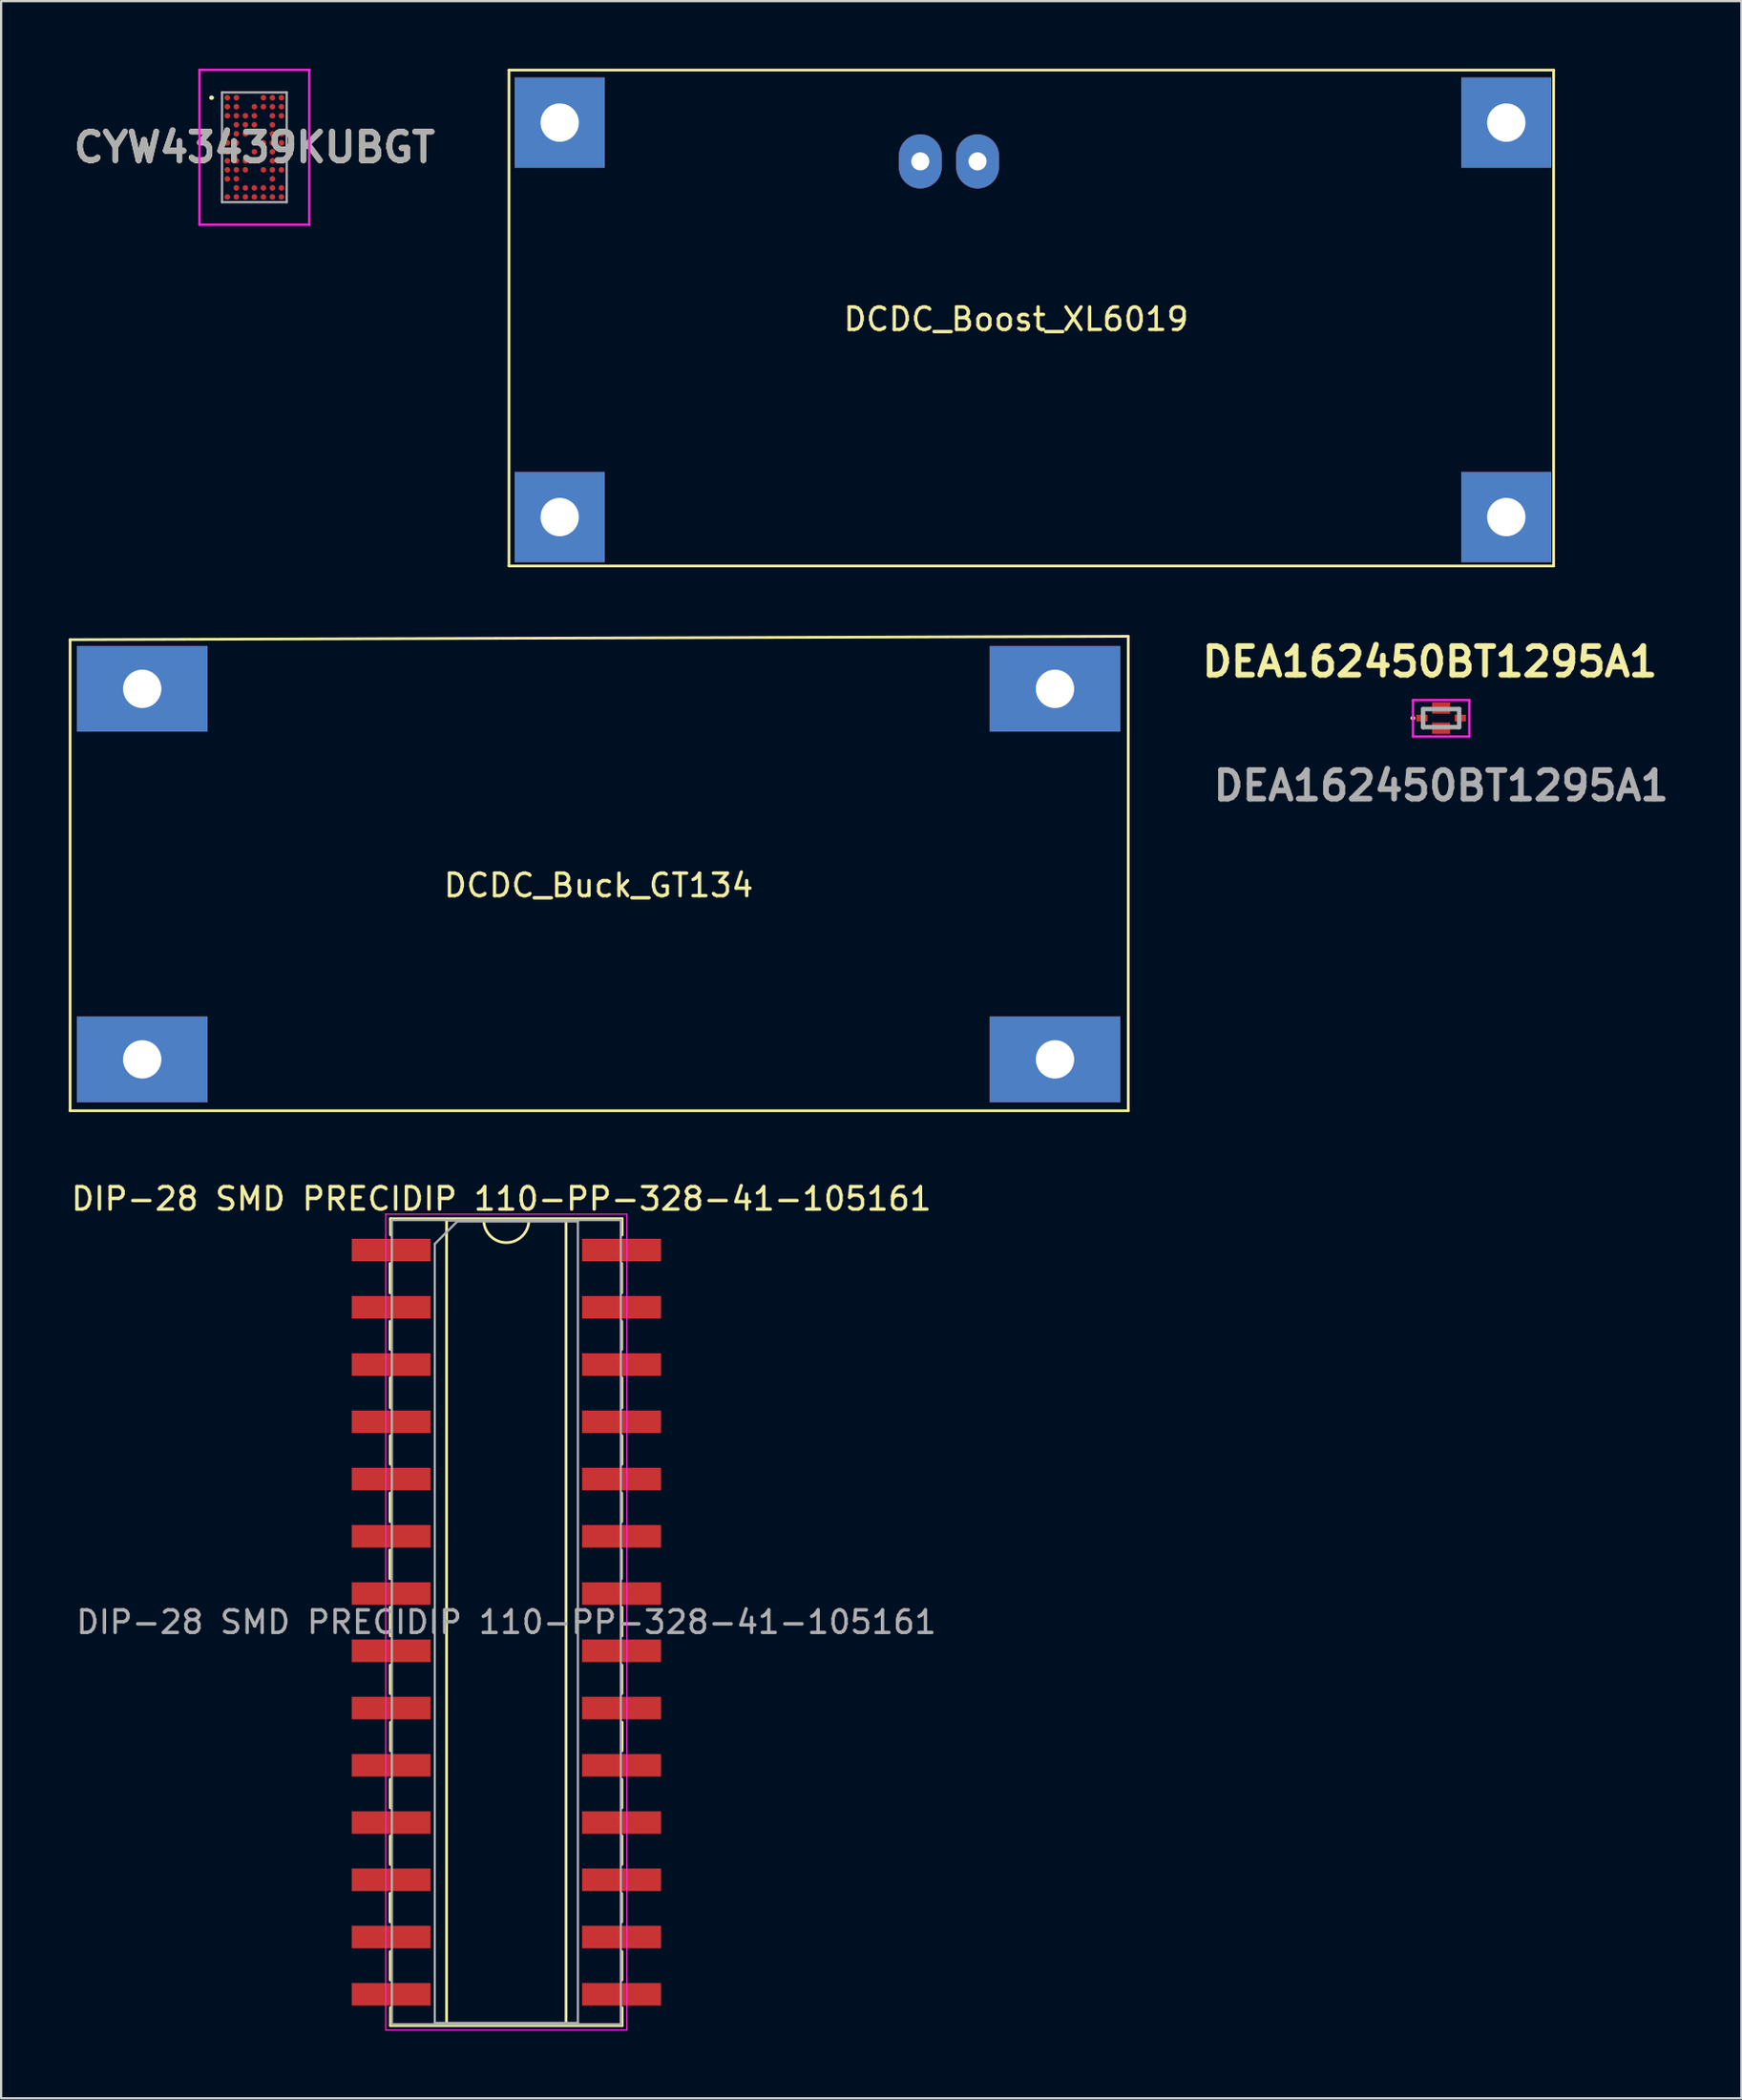
<source format=kicad_pcb>
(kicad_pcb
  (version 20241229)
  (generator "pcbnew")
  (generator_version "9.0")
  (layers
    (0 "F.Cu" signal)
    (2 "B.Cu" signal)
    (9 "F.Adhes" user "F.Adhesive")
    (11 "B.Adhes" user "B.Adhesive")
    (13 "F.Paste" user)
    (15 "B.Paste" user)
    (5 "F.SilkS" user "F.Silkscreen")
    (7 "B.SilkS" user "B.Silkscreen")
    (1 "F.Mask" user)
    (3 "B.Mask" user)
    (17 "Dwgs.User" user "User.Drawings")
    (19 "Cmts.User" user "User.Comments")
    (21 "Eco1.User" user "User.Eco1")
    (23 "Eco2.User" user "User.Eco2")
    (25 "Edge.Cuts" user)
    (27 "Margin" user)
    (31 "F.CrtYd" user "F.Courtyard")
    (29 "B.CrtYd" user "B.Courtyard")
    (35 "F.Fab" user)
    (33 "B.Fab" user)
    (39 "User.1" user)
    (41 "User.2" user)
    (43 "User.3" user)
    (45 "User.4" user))
  (footprint "DCDC_Buck_GT134"
    (layer "F.Cu")
    (at 23.51 35.73)
    (property "Reference" "DCDC_Buck_GT134" (at 0 0.5 0) (layer "F.SilkS") (effects (font (size 1 1) (thickness 0.15))))
    (attr through_hole)
    (fp_line (start -23.45 -10.4) (end -23.45 10.5) (stroke (width 0.12) (type solid)) (layer "F.SilkS"))
    (fp_line (start -23.45 10.5) (end 23.5 10.5) (stroke (width 0.12) (type solid)) (layer "F.SilkS"))
    (fp_line (start 23.5 -10.55) (end -23.45 -10.4) (stroke (width 0.12) (type solid)) (layer "F.SilkS"))
    (fp_line (start 23.5 10.5) (end 23.5 -10.55) (stroke (width 0.12) (type solid)) (layer "F.SilkS"))
    (pad "1" thru_hole rect (at -20.25 8.22) (size 5.8 3.8) (drill 1.7) (layers "*.Cu" "*.Mask"))
    (pad "2" thru_hole rect (at -20.25 -8.22) (size 5.8 3.8) (drill 1.7) (layers "*.Cu" "*.Mask"))
    (pad "2" thru_hole rect (at 20.25 -8.22) (size 5.8 3.8) (drill 1.7) (layers "*.Cu" "*.Mask"))
    (pad "3" thru_hole rect (at 20.25 8.22) (size 5.8 3.8) (drill 1.7) (layers "*.Cu" "*.Mask")))
  (footprint "DCDC_Boost_XL6019"
    (layer "F.Cu")
    (at 42.034 10.61)
    (property "Reference" "DCDC_Boost_XL6019" (at 0 0.5 0) (layer "F.SilkS") (effects (font (size 1 1) (thickness 0.15))))
    (attr through_hole)
    (fp_line (start -22.5 -10.55) (end -22.5 11.45) (stroke (width 0.12) (type solid)) (layer "F.SilkS"))
    (fp_line (start -22.5 11.45) (end 23.85 11.45) (stroke (width 0.12) (type solid)) (layer "F.SilkS"))
    (fp_line (start 23.85 -10.55) (end -22.5 -10.55) (stroke (width 0.12) (type solid)) (layer "F.SilkS"))
    (fp_line (start 23.85 11.45) (end 23.85 -10.55) (stroke (width 0.12) (type solid)) (layer "F.SilkS"))
    (pad "1" thru_hole rect (at -20.25 -8.22) (size 4 4) (drill 1.7) (layers "*.Cu" "*.Mask"))
    (pad "2" thru_hole rect (at -20.25 9.28) (size 4 4) (drill 1.7) (layers "*.Cu" "*.Mask"))
    (pad "2" thru_hole rect (at 21.75 9.28) (size 4 4) (drill 1.7) (layers "*.Cu" "*.Mask"))
    (pad "3" thru_hole rect (at 21.75 -8.22) (size 4 4) (drill 1.7) (layers "*.Cu" "*.Mask"))
    (pad "4" thru_hole oval (at -4.25 -6.5) (size 1.9 2.4) (drill 0.8) (layers "*.Cu" "*.Mask"))
    (pad "5" thru_hole oval (at -1.71 -6.5) (size 1.9 2.4) (drill 0.8) (layers "*.Cu" "*.Mask")))
  (footprint "CYW43439KUBGT"
    (layer "F.Cu")
    (at 8.237 3.485)
    (property "Reference" "CYW43439KUBGT" (at 0 0 0) (layer "F.SilkS") (effects (font (size 1.27 1.27) (thickness 0.254))))
    (attr smd)
    (fp_line (start -1.95 -2.2) (end -1.95 -2.2) (stroke (width 0.1) (type solid)) (layer "F.SilkS"))
    (fp_line (start -1.85 -2.2) (end -1.85 -2.2) (stroke (width 0.1) (type solid)) (layer "F.SilkS"))
    (fp_arc (start -1.95 -2.2) (mid -1.9 -2.25) (end -1.85 -2.2) (stroke (width 0.1) (type solid)) (layer "F.SilkS"))
    (fp_arc (start -1.85 -2.2) (mid -1.9 -2.15) (end -1.95 -2.2) (stroke (width 0.1) (type solid)) (layer "F.SilkS"))
    (fp_line (start -2.435 -3.435) (end 2.435 -3.435) (stroke (width 0.1) (type solid)) (layer "F.CrtYd"))
    (fp_line (start -2.435 3.435) (end -2.435 -3.435) (stroke (width 0.1) (type solid)) (layer "F.CrtYd"))
    (fp_line (start 2.435 -3.435) (end 2.435 3.435) (stroke (width 0.1) (type solid)) (layer "F.CrtYd"))
    (fp_line (start 2.435 3.435) (end -2.435 3.435) (stroke (width 0.1) (type solid)) (layer "F.CrtYd"))
    (fp_line (start -1.435 -2.435) (end 1.435 -2.435) (stroke (width 0.1) (type solid)) (layer "F.Fab"))
    (fp_line (start -1.435 2.435) (end -1.435 -2.435) (stroke (width 0.1) (type solid)) (layer "F.Fab"))
    (fp_line (start 1.435 -2.435) (end 1.435 2.435) (stroke (width 0.1) (type solid)) (layer "F.Fab"))
    (fp_line (start 1.435 2.435) (end -1.435 2.435) (stroke (width 0.1) (type solid)) (layer "F.Fab"))
    (fp_text user "${REFERENCE}" (at 0 0 0) (layer "F.Fab") (effects (font (size 1.27 1.27) (thickness 0.254))))
    (pad "A1" smd circle (at -1.2 -2.2 90) (size 0.25 0.25) (layers "F.Cu" "F.Mask" "F.Paste"))
    (pad "A2" smd circle (at -0.8 -2.2 90) (size 0.25 0.25) (layers "F.Cu" "F.Mask" "F.Paste"))
    (pad "A5" smd circle (at 0.4 -2.2 90) (size 0.25 0.25) (layers "F.Cu" "F.Mask" "F.Paste"))
    (pad "A6" smd circle (at 0.8 -2.2 90) (size 0.25 0.25) (layers "F.Cu" "F.Mask" "F.Paste"))
    (pad "A7" smd circle (at 1.2 -2.2 90) (size 0.25 0.25) (layers "F.Cu" "F.Mask" "F.Paste"))
    (pad "B1" smd circle (at -1.2 -1.8 90) (size 0.25 0.25) (layers "F.Cu" "F.Mask" "F.Paste"))
    (pad "B2" smd circle (at -0.8 -1.8 90) (size 0.25 0.25) (layers "F.Cu" "F.Mask" "F.Paste"))
    (pad "B4" smd circle (at 0 -1.8 90) (size 0.25 0.25) (layers "F.Cu" "F.Mask" "F.Paste"))
    (pad "B5" smd circle (at 0.4 -1.8 90) (size 0.25 0.25) (layers "F.Cu" "F.Mask" "F.Paste"))
    (pad "B6" smd circle (at 0.8 -1.8 90) (size 0.25 0.25) (layers "F.Cu" "F.Mask" "F.Paste"))
    (pad "B7" smd circle (at 1.2 -1.8 90) (size 0.25 0.25) (layers "F.Cu" "F.Mask" "F.Paste"))
    (pad "C1" smd circle (at -1.2 -1.4 90) (size 0.25 0.25) (layers "F.Cu" "F.Mask" "F.Paste"))
    (pad "C2" smd circle (at -0.8 -1.4 90) (size 0.25 0.25) (layers "F.Cu" "F.Mask" "F.Paste"))
    (pad "C3" smd circle (at -0.4 -1.4 90) (size 0.25 0.25) (layers "F.Cu" "F.Mask" "F.Paste"))
    (pad "C4" smd circle (at 0 -1.4 90) (size 0.25 0.25) (layers "F.Cu" "F.Mask" "F.Paste"))
    (pad "C6" smd circle (at 0.8 -1.4 90) (size 0.25 0.25) (layers "F.Cu" "F.Mask" "F.Paste"))
    (pad "C7" smd circle (at 1.2 -1.4 90) (size 0.25 0.25) (layers "F.Cu" "F.Mask" "F.Paste"))
    (pad "D2" smd circle (at -0.8 -1 90) (size 0.25 0.25) (layers "F.Cu" "F.Mask" "F.Paste"))
    (pad "D3" smd circle (at -0.4 -1 90) (size 0.25 0.25) (layers "F.Cu" "F.Mask" "F.Paste"))
    (pad "D4" smd circle (at 0 -1 90) (size 0.25 0.25) (layers "F.Cu" "F.Mask" "F.Paste"))
    (pad "D6" smd circle (at 0.8 -1 90) (size 0.25 0.25) (layers "F.Cu" "F.Mask" "F.Paste"))
    (pad "E1" smd circle (at -1.2 -0.6 90) (size 0.25 0.25) (layers "F.Cu" "F.Mask" "F.Paste"))
    (pad "E2" smd circle (at -0.8 -0.6 90) (size 0.25 0.25) (layers "F.Cu" "F.Mask" "F.Paste"))
    (pad "E3" smd circle (at -0.4 -0.6 90) (size 0.25 0.25) (layers "F.Cu" "F.Mask" "F.Paste"))
    (pad "E6" smd circle (at 0.8 -0.6 90) (size 0.25 0.25) (layers "F.Cu" "F.Mask" "F.Paste"))
    (pad "E7" smd circle (at 1.2 -0.6 90) (size 0.25 0.25) (layers "F.Cu" "F.Mask" "F.Paste"))
    (pad "F1" smd circle (at -1.2 -0.2 90) (size 0.25 0.25) (layers "F.Cu" "F.Mask" "F.Paste"))
    (pad "F2" smd circle (at -0.8 -0.2 90) (size 0.25 0.25) (layers "F.Cu" "F.Mask" "F.Paste"))
    (pad "F5" smd circle (at 0.4 -0.2 90) (size 0.25 0.25) (layers "F.Cu" "F.Mask" "F.Paste"))
    (pad "F6" smd circle (at 0.8 -0.2 90) (size 0.25 0.25) (layers "F.Cu" "F.Mask" "F.Paste"))
    (pad "F7" smd circle (at 1.2 -0.2 90) (size 0.25 0.25) (layers "F.Cu" "F.Mask" "F.Paste"))
    (pad "G1" smd circle (at -1.2 0.2 90) (size 0.25 0.25) (layers "F.Cu" "F.Mask" "F.Paste"))
    (pad "G2" smd circle (at -0.8 0.2 90) (size 0.25 0.25) (layers "F.Cu" "F.Mask" "F.Paste"))
    (pad "G4" smd circle (at 0 0.2 90) (size 0.25 0.25) (layers "F.Cu" "F.Mask" "F.Paste"))
    (pad "G6" smd circle (at 0.8 0.2 90) (size 0.25 0.25) (layers "F.Cu" "F.Mask" "F.Paste"))
    (pad "H1" smd circle (at -1.2 0.6 90) (size 0.25 0.25) (layers "F.Cu" "F.Mask" "F.Paste"))
    (pad "H2" smd circle (at -0.8 0.6 90) (size 0.25 0.25) (layers "F.Cu" "F.Mask" "F.Paste"))
    (pad "H3" smd circle (at -0.4 0.6 90) (size 0.25 0.25) (layers "F.Cu" "F.Mask" "F.Paste"))
    (pad "H4" smd circle (at 0 0.6 90) (size 0.25 0.25) (layers "F.Cu" "F.Mask" "F.Paste"))
    (pad "H6" smd circle (at 0.8 0.6 90) (size 0.25 0.25) (layers "F.Cu" "F.Mask" "F.Paste"))
    (pad "H7" smd circle (at 1.2 0.6 90) (size 0.25 0.25) (layers "F.Cu" "F.Mask" "F.Paste"))
    (pad "J1" smd circle (at -1.2 1 90) (size 0.25 0.25) (layers "F.Cu" "F.Mask" "F.Paste"))
    (pad "J2" smd circle (at -0.8 1 90) (size 0.25 0.25) (layers "F.Cu" "F.Mask" "F.Paste"))
    (pad "J3" smd circle (at -0.4 1 90) (size 0.25 0.25) (layers "F.Cu" "F.Mask" "F.Paste"))
    (pad "J5" smd circle (at 0.4 1 90) (size 0.25 0.25) (layers "F.Cu" "F.Mask" "F.Paste"))
    (pad "J6" smd circle (at 0.8 1 90) (size 0.25 0.25) (layers "F.Cu" "F.Mask" "F.Paste"))
    (pad "J7" smd circle (at 1.2 1 90) (size 0.25 0.25) (layers "F.Cu" "F.Mask" "F.Paste"))
    (pad "K1" smd circle (at -1.2 1.4 90) (size 0.25 0.25) (layers "F.Cu" "F.Mask" "F.Paste"))
    (pad "K2" smd circle (at -0.8 1.4 90) (size 0.25 0.25) (layers "F.Cu" "F.Mask" "F.Paste"))
    (pad "K6" smd circle (at 0.8 1.4 90) (size 0.25 0.25) (layers "F.Cu" "F.Mask" "F.Paste"))
    (pad "L2" smd circle (at -0.8 1.8 90) (size 0.25 0.25) (layers "F.Cu" "F.Mask" "F.Paste"))
    (pad "L3" smd circle (at -0.4 1.8 90) (size 0.25 0.25) (layers "F.Cu" "F.Mask" "F.Paste"))
    (pad "L4" smd circle (at 0 1.8 90) (size 0.25 0.25) (layers "F.Cu" "F.Mask" "F.Paste"))
    (pad "L5" smd circle (at 0.4 1.8 90) (size 0.25 0.25) (layers "F.Cu" "F.Mask" "F.Paste"))
    (pad "L6" smd circle (at 0.8 1.8 90) (size 0.25 0.25) (layers "F.Cu" "F.Mask" "F.Paste"))
    (pad "L7" smd circle (at 1.2 1.8 90) (size 0.25 0.25) (layers "F.Cu" "F.Mask" "F.Paste"))
    (pad "M1" smd circle (at -1.2 2.2 90) (size 0.25 0.25) (layers "F.Cu" "F.Mask" "F.Paste"))
    (pad "M2" smd circle (at -0.8 2.2 90) (size 0.25 0.25) (layers "F.Cu" "F.Mask" "F.Paste"))
    (pad "M3" smd circle (at -0.4 2.2 90) (size 0.25 0.25) (layers "F.Cu" "F.Mask" "F.Paste"))
    (pad "M4" smd circle (at 0 2.2 90) (size 0.25 0.25) (layers "F.Cu" "F.Mask" "F.Paste"))
    (pad "M5" smd circle (at 0.4 2.2 90) (size 0.25 0.25) (layers "F.Cu" "F.Mask" "F.Paste"))
    (pad "M6" smd circle (at 0.8 2.2 90) (size 0.25 0.25) (layers "F.Cu" "F.Mask" "F.Paste"))
    (pad "M7" smd circle (at 1.2 2.2 90) (size 0.25 0.25) (layers "F.Cu" "F.Mask" "F.Paste")))
  (footprint "DIP-28 SMD PRECIDIP 110-PP-328-41-105161"
    (layer "F.Cu")
    (at 19.416 68.918)
    (property "Reference" "DIP-28 SMD PRECIDIP 110-PP-328-41-105161" (at -0.22 -18.78 0) (layer "F.SilkS") (effects (font (size 1 1) (thickness 0.15))))
    (attr smd)
    (fp_line (start -5.17 -3.2) (end -5.17 -1.93) (stroke (width 0.12) (type solid)) (layer "F.SilkS"))
    (fp_line (start -5.16 -15.92) (end -5.16 -14.61) (stroke (width 0.12) (type solid)) (layer "F.SilkS"))
    (fp_line (start -5.16 -13.35) (end -5.16 -12.1) (stroke (width 0.12) (type solid)) (layer "F.SilkS"))
    (fp_line (start -5.16 -5.73) (end -5.16 -4.46) (stroke (width 0.12) (type solid)) (layer "F.SilkS"))
    (fp_line (start -5.16 12.03) (end -5.16 13.3) (stroke (width 0.12) (type solid)) (layer "F.SilkS"))
    (fp_line (start -5.15 -10.85) (end -5.15 -9.51) (stroke (width 0.12) (type solid)) (layer "F.SilkS"))
    (fp_line (start -5.15 -8.275) (end -5.15 -7.005) (stroke (width 0.12) (type solid)) (layer "F.SilkS"))
    (fp_line (start -5.15 -0.66) (end -5.15 0.61) (stroke (width 0.12) (type solid)) (layer "F.SilkS"))
    (fp_line (start -5.15 1.9) (end -5.15 3.17) (stroke (width 0.12) (type solid)) (layer "F.SilkS"))
    (fp_line (start -5.15 6.97) (end -5.15 8.24) (stroke (width 0.12) (type solid)) (layer "F.SilkS"))
    (fp_line (start -5.15 9.48) (end -5.15 10.75) (stroke (width 0.12) (type solid)) (layer "F.SilkS"))
    (fp_line (start -5.15 14.61) (end -5.15 15.88) (stroke (width 0.12) (type solid)) (layer "F.SilkS"))
    (fp_line (start -5.14 -17.9) (end -5.14 -17.18) (stroke (width 0.12) (type solid)) (layer "F.SilkS"))
    (fp_line (start -5.14 4.44) (end -5.14 5.71) (stroke (width 0.12) (type solid)) (layer "F.SilkS"))
    (fp_line (start -5.14 17.1) (end -5.14 17.9) (stroke (width 0.12) (type solid)) (layer "F.SilkS"))
    (fp_line (start -5.14 17.9) (end 5.14 17.9) (stroke (width 0.12) (type solid)) (layer "F.SilkS"))
    (fp_line (start -2.65 -17.84) (end -2.65 17.84) (stroke (width 0.12) (type solid)) (layer "F.SilkS"))
    (fp_line (start -2.65 17.84) (end 2.65 17.84) (stroke (width 0.12) (type solid)) (layer "F.SilkS"))
    (fp_line (start -1 -17.84) (end -2.65 -17.84) (stroke (width 0.12) (type solid)) (layer "F.SilkS"))
    (fp_line (start 2.65 -17.84) (end 1 -17.84) (stroke (width 0.12) (type solid)) (layer "F.SilkS"))
    (fp_line (start 2.65 17.84) (end 2.65 -17.84) (stroke (width 0.12) (type solid)) (layer "F.SilkS"))
    (fp_line (start 5.11 -3.2) (end 5.11 -1.93) (stroke (width 0.12) (type solid)) (layer "F.SilkS"))
    (fp_line (start 5.12 -15.92) (end 5.12 -14.61) (stroke (width 0.12) (type solid)) (layer "F.SilkS"))
    (fp_line (start 5.12 -13.35) (end 5.12 -12.1) (stroke (width 0.12) (type solid)) (layer "F.SilkS"))
    (fp_line (start 5.12 -5.73) (end 5.12 -4.46) (stroke (width 0.12) (type solid)) (layer "F.SilkS"))
    (fp_line (start 5.12 12.03) (end 5.12 13.3) (stroke (width 0.12) (type solid)) (layer "F.SilkS"))
    (fp_line (start 5.13 -10.85) (end 5.13 -9.51) (stroke (width 0.12) (type solid)) (layer "F.SilkS"))
    (fp_line (start 5.13 -8.275) (end 5.13 -7.005) (stroke (width 0.12) (type solid)) (layer "F.SilkS"))
    (fp_line (start 5.13 -0.66) (end 5.13 0.61) (stroke (width 0.12) (type solid)) (layer "F.SilkS"))
    (fp_line (start 5.13 1.9) (end 5.13 3.17) (stroke (width 0.12) (type solid)) (layer "F.SilkS"))
    (fp_line (start 5.13 6.97) (end 5.13 8.24) (stroke (width 0.12) (type solid)) (layer "F.SilkS"))
    (fp_line (start 5.13 9.48) (end 5.13 10.75) (stroke (width 0.12) (type solid)) (layer "F.SilkS"))
    (fp_line (start 5.13 14.61) (end 5.13 15.88) (stroke (width 0.12) (type solid)) (layer "F.SilkS"))
    (fp_line (start 5.14 -17.9) (end -5.14 -17.9) (stroke (width 0.12) (type solid)) (layer "F.SilkS"))
    (fp_line (start 5.14 -17.9) (end 5.14 -17.18) (stroke (width 0.12) (type solid)) (layer "F.SilkS"))
    (fp_line (start 5.14 4.44) (end 5.14 5.71) (stroke (width 0.12) (type solid)) (layer "F.SilkS"))
    (fp_line (start 5.14 17.1) (end 5.14 17.9) (stroke (width 0.12) (type solid)) (layer "F.SilkS"))
    (fp_arc (start 1 -17.84) (mid 0 -16.84) (end -1 -17.84) (stroke (width 0.12) (type solid)) (layer "F.SilkS"))
    (fp_line (start -5.35 -18.1) (end -5.35 18.1) (stroke (width 0.05) (type solid)) (layer "F.CrtYd"))
    (fp_line (start -5.35 18.1) (end 5.35 18.1) (stroke (width 0.05) (type solid)) (layer "F.CrtYd"))
    (fp_line (start 5.35 -18.1) (end -5.35 -18.1) (stroke (width 0.05) (type solid)) (layer "F.CrtYd"))
    (fp_line (start 5.35 18.1) (end 5.35 -18.1) (stroke (width 0.05) (type solid)) (layer "F.CrtYd"))
    (fp_line (start -5.08 -17.84) (end -5.08 17.84) (stroke (width 0.1) (type solid)) (layer "F.Fab"))
    (fp_line (start -5.08 17.84) (end 5.08 17.84) (stroke (width 0.1) (type solid)) (layer "F.Fab"))
    (fp_line (start -3.175 -16.78) (end -2.175 -17.78) (stroke (width 0.1) (type solid)) (layer "F.Fab"))
    (fp_line (start -3.175 17.78) (end -3.175 -16.78) (stroke (width 0.1) (type solid)) (layer "F.Fab"))
    (fp_line (start -2.175 -17.78) (end 3.175 -17.78) (stroke (width 0.1) (type solid)) (layer "F.Fab"))
    (fp_line (start 3.175 -17.78) (end 3.175 17.78) (stroke (width 0.1) (type solid)) (layer "F.Fab"))
    (fp_line (start 3.175 17.78) (end -3.175 17.78) (stroke (width 0.1) (type solid)) (layer "F.Fab"))
    (fp_line (start 5.08 -17.84) (end -5.08 -17.84) (stroke (width 0.1) (type solid)) (layer "F.Fab"))
    (fp_line (start 5.08 17.84) (end 5.08 -17.84) (stroke (width 0.1) (type solid)) (layer "F.Fab"))
    (fp_text user "${REFERENCE}" (at 0 0 0) (layer "F.Fab") (effects (font (size 1 1) (thickness 0.15))))
    (pad "1" smd rect (at -5.11 -16.51) (size 3.5 1) (layers "F.Cu" "F.Mask" "F.Paste"))
    (pad "2" smd rect (at -5.11 -13.97) (size 3.5 1) (layers "F.Cu" "F.Mask" "F.Paste"))
    (pad "3" smd rect (at -5.11 -11.43) (size 3.5 1) (layers "F.Cu" "F.Mask" "F.Paste"))
    (pad "4" smd rect (at -5.11 -8.89) (size 3.5 1) (layers "F.Cu" "F.Mask" "F.Paste"))
    (pad "5" smd rect (at -5.11 -6.35) (size 3.5 1) (layers "F.Cu" "F.Mask" "F.Paste"))
    (pad "6" smd rect (at -5.11 -3.81) (size 3.5 1) (layers "F.Cu" "F.Mask" "F.Paste"))
    (pad "7" smd rect (at -5.11 -1.27) (size 3.5 1) (layers "F.Cu" "F.Mask" "F.Paste"))
    (pad "8" smd rect (at -5.11 1.27) (size 3.5 1) (layers "F.Cu" "F.Mask" "F.Paste"))
    (pad "9" smd rect (at -5.11 3.81) (size 3.5 1) (layers "F.Cu" "F.Mask" "F.Paste"))
    (pad "10" smd rect (at -5.11 6.35) (size 3.5 1) (layers "F.Cu" "F.Mask" "F.Paste"))
    (pad "11" smd rect (at -5.11 8.89) (size 3.5 1) (layers "F.Cu" "F.Mask" "F.Paste"))
    (pad "12" smd rect (at -5.11 11.43) (size 3.5 1) (layers "F.Cu" "F.Mask" "F.Paste"))
    (pad "13" smd rect (at -5.11 13.97) (size 3.5 1) (layers "F.Cu" "F.Mask" "F.Paste"))
    (pad "14" smd rect (at -5.11 16.51) (size 3.5 1) (layers "F.Cu" "F.Mask" "F.Paste"))
    (pad "15" smd rect (at 5.11 16.51) (size 3.5 1) (layers "F.Cu" "F.Mask" "F.Paste"))
    (pad "16" smd rect (at 5.11 13.97) (size 3.5 1) (layers "F.Cu" "F.Mask" "F.Paste"))
    (pad "17" smd rect (at 5.11 11.43) (size 3.5 1) (layers "F.Cu" "F.Mask" "F.Paste"))
    (pad "18" smd rect (at 5.11 8.89) (size 3.5 1) (layers "F.Cu" "F.Mask" "F.Paste"))
    (pad "19" smd rect (at 5.11 6.35) (size 3.5 1) (layers "F.Cu" "F.Mask" "F.Paste"))
    (pad "20" smd rect (at 5.11 3.81) (size 3.5 1) (layers "F.Cu" "F.Mask" "F.Paste"))
    (pad "21" smd rect (at 5.11 1.27) (size 3.5 1) (layers "F.Cu" "F.Mask" "F.Paste"))
    (pad "22" smd rect (at 5.11 -1.27) (size 3.5 1) (layers "F.Cu" "F.Mask" "F.Paste"))
    (pad "23" smd rect (at 5.11 -3.81) (size 3.5 1) (layers "F.Cu" "F.Mask" "F.Paste"))
    (pad "24" smd rect (at 5.11 -6.35) (size 3.5 1) (layers "F.Cu" "F.Mask" "F.Paste"))
    (pad "25" smd rect (at 5.11 -8.89) (size 3.5 1) (layers "F.Cu" "F.Mask" "F.Paste"))
    (pad "26" smd rect (at 5.11 -11.43) (size 3.5 1) (layers "F.Cu" "F.Mask" "F.Paste"))
    (pad "27" smd rect (at 5.11 -13.97) (size 3.5 1) (layers "F.Cu" "F.Mask" "F.Paste"))
    (pad "28" smd rect (at 5.11 -16.51) (size 3.5 1) (layers "F.Cu" "F.Mask" "F.Paste")))
  (footprint "DEA162450BT1295A1"
    (layer "F.Cu")
    (at 60.893 28.809)
    (property "Reference" "DEA162450BT1295A1" (at -0.5 -2.5 0) (layer "F.SilkS") (effects (font (size 1.27 1.27) (thickness 0.254))))
    (attr smd)
    (fp_line (start -1.3 0) (end -1.3 0) (stroke (width 0.1) (type solid)) (layer "F.SilkS"))
    (fp_line (start -1.2 0) (end -1.2 0) (stroke (width 0.1) (type solid)) (layer "F.SilkS"))
    (fp_arc (start -1.3 0) (mid -1.25 -0.05) (end -1.2 0) (stroke (width 0.1) (type solid)) (layer "F.SilkS"))
    (fp_arc (start -1.2 0) (mid -1.25 0.05) (end -1.3 0) (stroke (width 0.1) (type solid)) (layer "F.SilkS"))
    (fp_line (start -1.25 -0.8) (end 1.25 -0.8) (stroke (width 0.1) (type solid)) (layer "F.CrtYd"))
    (fp_line (start -1.25 0.82) (end -1.25 -0.8) (stroke (width 0.1) (type solid)) (layer "F.CrtYd"))
    (fp_line (start 1.25 -0.8) (end 1.25 0.82) (stroke (width 0.1) (type solid)) (layer "F.CrtYd"))
    (fp_line (start 1.25 0.82) (end -1.25 0.82) (stroke (width 0.1) (type solid)) (layer "F.CrtYd"))
    (fp_line (start -0.8 -0.4) (end 0.8 -0.4) (stroke (width 0.2) (type solid)) (layer "F.Fab"))
    (fp_line (start -0.8 0.4) (end -0.8 -0.4) (stroke (width 0.2) (type solid)) (layer "F.Fab"))
    (fp_line (start 0.8 -0.4) (end 0.8 0.4) (stroke (width 0.2) (type solid)) (layer "F.Fab"))
    (fp_line (start 0.8 0.4) (end -0.8 0.4) (stroke (width 0.2) (type solid)) (layer "F.Fab"))
    (fp_text user "${REFERENCE}" (at 0 3 0) (layer "F.Fab") (effects (font (size 1.27 1.27) (thickness 0.254))))
    (pad "1" smd rect (at -0.85 0 90) (size 0.3 0.5) (layers "F.Cu" "F.Mask" "F.Paste"))
    (pad "2" smd rect (at 0 -0.45 90) (size 0.5 0.8) (layers "F.Cu" "F.Mask" "F.Paste"))
    (pad "2" smd rect (at 0 0.45 90) (size 0.5 0.8) (layers "F.Cu" "F.Mask" "F.Paste"))
    (pad "3" smd rect (at 0.85 0 90) (size 0.3 0.5) (layers "F.Cu" "F.Mask" "F.Paste")))
  (gr_rect
    (start -3 -3)
    (end 74.217 90.043)
    (stroke (width 0.1) (type default))
    (fill no)
    (layer "Edge.Cuts")))
</source>
